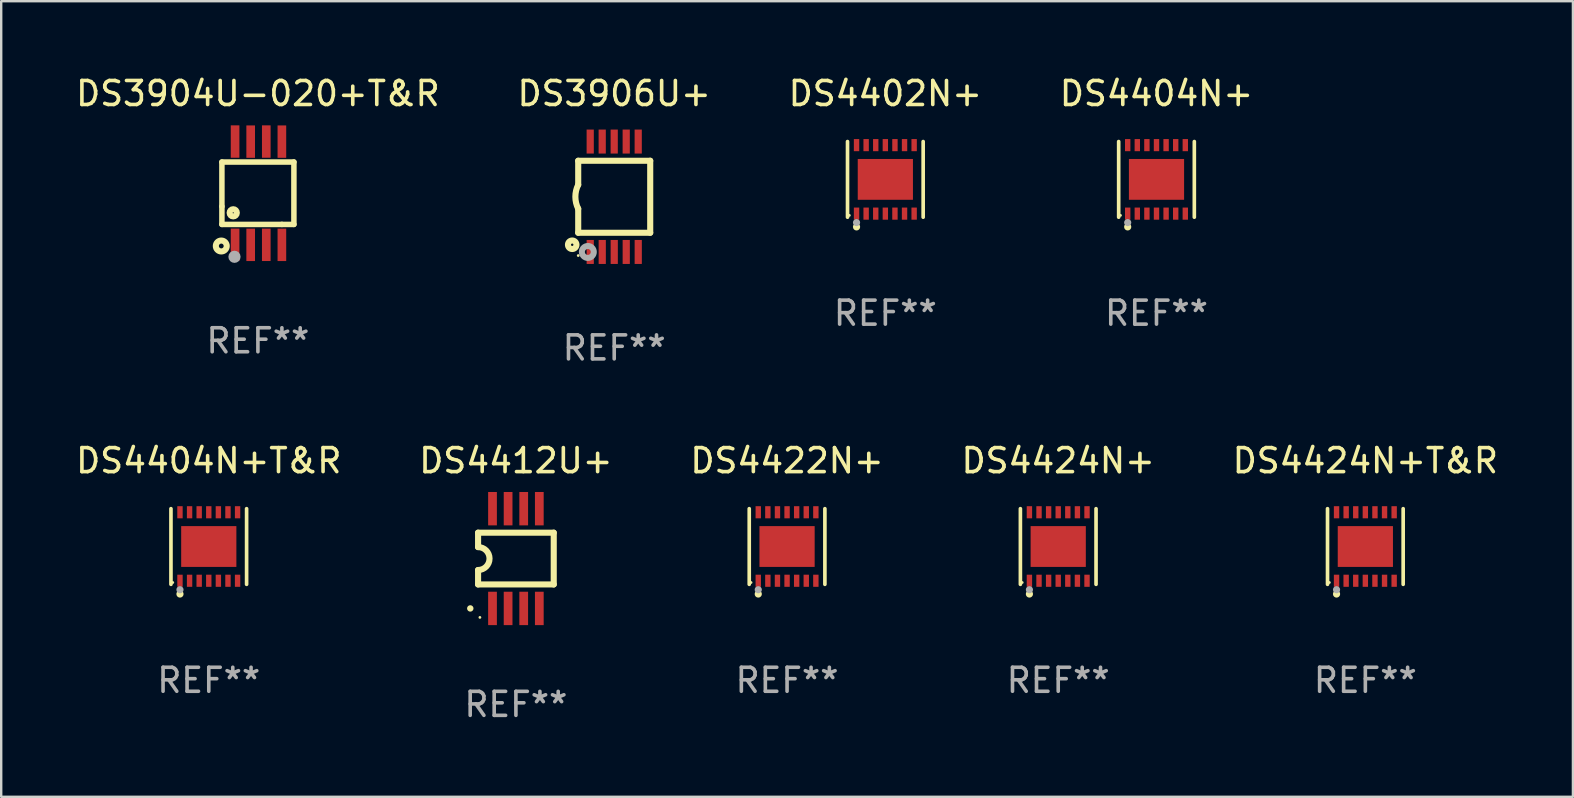
<source format=kicad_pcb>
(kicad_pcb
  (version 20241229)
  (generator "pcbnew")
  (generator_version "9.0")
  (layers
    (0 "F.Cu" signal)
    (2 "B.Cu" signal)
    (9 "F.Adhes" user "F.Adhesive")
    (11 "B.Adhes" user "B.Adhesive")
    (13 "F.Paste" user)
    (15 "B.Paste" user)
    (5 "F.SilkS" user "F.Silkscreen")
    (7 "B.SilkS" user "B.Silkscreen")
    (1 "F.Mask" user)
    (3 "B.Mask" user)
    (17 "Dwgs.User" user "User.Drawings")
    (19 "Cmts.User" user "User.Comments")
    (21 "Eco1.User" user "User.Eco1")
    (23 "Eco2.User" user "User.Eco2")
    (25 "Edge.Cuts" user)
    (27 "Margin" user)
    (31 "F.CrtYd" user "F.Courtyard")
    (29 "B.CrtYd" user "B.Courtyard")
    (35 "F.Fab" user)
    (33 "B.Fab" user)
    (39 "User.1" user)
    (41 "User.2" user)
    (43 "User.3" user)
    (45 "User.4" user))
  (footprint "DS4404N+"
    (layer "F.Cu")
    (at 45.137 4.424)
    (property "Reference" "DS4404N+" (at 0 -3.576 0) (layer "F.SilkS") (effects (font (size 1 1) (thickness 0.15))))
    (attr through_hole)
    (fp_line (start -1.576 1.576) (end -1.576 -1.576) (stroke (width 0.152) (type solid)) (layer "F.SilkS"))
    (fp_line (start 1.576 1.576) (end 1.576 -1.576) (stroke (width 0.152) (type solid)) (layer "F.SilkS"))
    (fp_circle (center -1.5 1.5) (end -1.47 1.5) (stroke (width 0.06) (type solid)) (fill no) (layer "F.SilkS"))
    (fp_circle (center -1.2 1.98) (end -1.125 1.98) (stroke (width 0.15) (type solid)) (fill no) (layer "F.SilkS"))
    (fp_circle (center -1.2 1.8) (end -1.125 1.8) (stroke (width 0.15) (type solid)) (fill no) (layer "F.Fab"))
    (fp_text user "REF**" (at 0 5.576 0) (layer "F.Fab") (effects (font (size 1 1) (thickness 0.15))))
    (pad "1" smd rect (at -1.2 1.427) (size 0.224 0.505) (layers "F.Cu" "F.Mask" "F.Paste"))
    (pad "2" smd rect (at -0.8 1.427) (size 0.224 0.505) (layers "F.Cu" "F.Mask" "F.Paste"))
    (pad "3" smd rect (at -0.4 1.427) (size 0.224 0.505) (layers "F.Cu" "F.Mask" "F.Paste"))
    (pad "4" smd rect (at 0 1.427) (size 0.224 0.505) (layers "F.Cu" "F.Mask" "F.Paste"))
    (pad "5" smd rect (at 0.4 1.427) (size 0.224 0.505) (layers "F.Cu" "F.Mask" "F.Paste"))
    (pad "6" smd rect (at 0.8 1.427) (size 0.224 0.505) (layers "F.Cu" "F.Mask" "F.Paste"))
    (pad "7" smd rect (at 1.2 1.427) (size 0.224 0.505) (layers "F.Cu" "F.Mask" "F.Paste"))
    (pad "8" smd rect (at 1.2 -1.427) (size 0.224 0.505) (layers "F.Cu" "F.Mask" "F.Paste"))
    (pad "9" smd rect (at 0.8 -1.427) (size 0.224 0.505) (layers "F.Cu" "F.Mask" "F.Paste"))
    (pad "10" smd rect (at 0.4 -1.427) (size 0.224 0.505) (layers "F.Cu" "F.Mask" "F.Paste"))
    (pad "11" smd rect (at 0 -1.427) (size 0.224 0.505) (layers "F.Cu" "F.Mask" "F.Paste"))
    (pad "12" smd rect (at -0.4 -1.427) (size 0.224 0.505) (layers "F.Cu" "F.Mask" "F.Paste"))
    (pad "13" smd rect (at -0.8 -1.427) (size 0.224 0.505) (layers "F.Cu" "F.Mask" "F.Paste"))
    (pad "14" smd rect (at -1.2 -1.427) (size 0.224 0.505) (layers "F.Cu" "F.Mask" "F.Paste"))
    (pad "15" smd rect (at 0 0) (size 2.3 1.7) (layers "F.Cu" "F.Mask" "F.Paste")))
  (footprint "DS4402N+"
    (layer "F.Cu")
    (at 33.839 4.424)
    (property "Reference" "DS4402N+" (at 0 -3.576 0) (layer "F.SilkS") (effects (font (size 1 1) (thickness 0.15))))
    (attr through_hole)
    (fp_line (start -1.576 1.576) (end -1.576 -1.576) (stroke (width 0.152) (type solid)) (layer "F.SilkS"))
    (fp_line (start 1.576 1.576) (end 1.576 -1.576) (stroke (width 0.152) (type solid)) (layer "F.SilkS"))
    (fp_circle (center -1.5 1.5) (end -1.47 1.5) (stroke (width 0.06) (type solid)) (fill no) (layer "F.SilkS"))
    (fp_circle (center -1.2 1.98) (end -1.125 1.98) (stroke (width 0.15) (type solid)) (fill no) (layer "F.SilkS"))
    (fp_circle (center -1.2 1.8) (end -1.125 1.8) (stroke (width 0.15) (type solid)) (fill no) (layer "F.Fab"))
    (fp_text user "REF**" (at 0 5.576 0) (layer "F.Fab") (effects (font (size 1 1) (thickness 0.15))))
    (pad "1" smd rect (at -1.2 1.427) (size 0.224 0.505) (layers "F.Cu" "F.Mask" "F.Paste"))
    (pad "2" smd rect (at -0.8 1.427) (size 0.224 0.505) (layers "F.Cu" "F.Mask" "F.Paste"))
    (pad "3" smd rect (at -0.4 1.427) (size 0.224 0.505) (layers "F.Cu" "F.Mask" "F.Paste"))
    (pad "4" smd rect (at 0 1.427) (size 0.224 0.505) (layers "F.Cu" "F.Mask" "F.Paste"))
    (pad "5" smd rect (at 0.4 1.427) (size 0.224 0.505) (layers "F.Cu" "F.Mask" "F.Paste"))
    (pad "6" smd rect (at 0.8 1.427) (size 0.224 0.505) (layers "F.Cu" "F.Mask" "F.Paste"))
    (pad "7" smd rect (at 1.2 1.427) (size 0.224 0.505) (layers "F.Cu" "F.Mask" "F.Paste"))
    (pad "8" smd rect (at 1.2 -1.427) (size 0.224 0.505) (layers "F.Cu" "F.Mask" "F.Paste"))
    (pad "9" smd rect (at 0.8 -1.427) (size 0.224 0.505) (layers "F.Cu" "F.Mask" "F.Paste"))
    (pad "10" smd rect (at 0.4 -1.427) (size 0.224 0.505) (layers "F.Cu" "F.Mask" "F.Paste"))
    (pad "11" smd rect (at 0 -1.427) (size 0.224 0.505) (layers "F.Cu" "F.Mask" "F.Paste"))
    (pad "12" smd rect (at -0.4 -1.427) (size 0.224 0.505) (layers "F.Cu" "F.Mask" "F.Paste"))
    (pad "13" smd rect (at -0.8 -1.427) (size 0.224 0.505) (layers "F.Cu" "F.Mask" "F.Paste"))
    (pad "14" smd rect (at -1.2 -1.427) (size 0.224 0.505) (layers "F.Cu" "F.Mask" "F.Paste"))
    (pad "15" smd rect (at 0 0) (size 2.3 1.7) (layers "F.Cu" "F.Mask" "F.Paste")))
  (footprint "DS4424N+"
    (layer "F.Cu")
    (at 41.042 19.721)
    (property "Reference" "DS4424N+" (at 0 -3.576 0) (layer "F.SilkS") (effects (font (size 1 1) (thickness 0.15))))
    (attr through_hole)
    (fp_line (start -1.576 1.576) (end -1.576 -1.576) (stroke (width 0.152) (type solid)) (layer "F.SilkS"))
    (fp_line (start 1.576 1.576) (end 1.576 -1.576) (stroke (width 0.152) (type solid)) (layer "F.SilkS"))
    (fp_circle (center -1.5 1.5) (end -1.47 1.5) (stroke (width 0.06) (type solid)) (fill no) (layer "F.SilkS"))
    (fp_circle (center -1.2 1.98) (end -1.125 1.98) (stroke (width 0.15) (type solid)) (fill no) (layer "F.SilkS"))
    (fp_circle (center -1.2 1.8) (end -1.125 1.8) (stroke (width 0.15) (type solid)) (fill no) (layer "F.Fab"))
    (fp_text user "REF**" (at 0 5.576 0) (layer "F.Fab") (effects (font (size 1 1) (thickness 0.15))))
    (pad "1" smd rect (at -1.2 1.427) (size 0.224 0.505) (layers "F.Cu" "F.Mask" "F.Paste"))
    (pad "2" smd rect (at -0.8 1.427) (size 0.224 0.505) (layers "F.Cu" "F.Mask" "F.Paste"))
    (pad "3" smd rect (at -0.4 1.427) (size 0.224 0.505) (layers "F.Cu" "F.Mask" "F.Paste"))
    (pad "4" smd rect (at 0 1.427) (size 0.224 0.505) (layers "F.Cu" "F.Mask" "F.Paste"))
    (pad "5" smd rect (at 0.4 1.427) (size 0.224 0.505) (layers "F.Cu" "F.Mask" "F.Paste"))
    (pad "6" smd rect (at 0.8 1.427) (size 0.224 0.505) (layers "F.Cu" "F.Mask" "F.Paste"))
    (pad "7" smd rect (at 1.2 1.427) (size 0.224 0.505) (layers "F.Cu" "F.Mask" "F.Paste"))
    (pad "8" smd rect (at 1.2 -1.427) (size 0.224 0.505) (layers "F.Cu" "F.Mask" "F.Paste"))
    (pad "9" smd rect (at 0.8 -1.427) (size 0.224 0.505) (layers "F.Cu" "F.Mask" "F.Paste"))
    (pad "10" smd rect (at 0.4 -1.427) (size 0.224 0.505) (layers "F.Cu" "F.Mask" "F.Paste"))
    (pad "11" smd rect (at 0 -1.427) (size 0.224 0.505) (layers "F.Cu" "F.Mask" "F.Paste"))
    (pad "12" smd rect (at -0.4 -1.427) (size 0.224 0.505) (layers "F.Cu" "F.Mask" "F.Paste"))
    (pad "13" smd rect (at -0.8 -1.427) (size 0.224 0.505) (layers "F.Cu" "F.Mask" "F.Paste"))
    (pad "14" smd rect (at -1.2 -1.427) (size 0.224 0.505) (layers "F.Cu" "F.Mask" "F.Paste"))
    (pad "15" smd rect (at 0 0) (size 2.3 1.7) (layers "F.Cu" "F.Mask" "F.Paste")))
  (footprint "DS4404N+T&R"
    (layer "F.Cu")
    (at 5.649 19.721)
    (property "Reference" "DS4404N+T&R" (at 0 -3.576 0) (layer "F.SilkS") (effects (font (size 1 1) (thickness 0.15))))
    (attr through_hole)
    (fp_line (start -1.576 1.576) (end -1.576 -1.576) (stroke (width 0.152) (type solid)) (layer "F.SilkS"))
    (fp_line (start 1.576 1.576) (end 1.576 -1.576) (stroke (width 0.152) (type solid)) (layer "F.SilkS"))
    (fp_circle (center -1.5 1.5) (end -1.47 1.5) (stroke (width 0.06) (type solid)) (fill no) (layer "F.SilkS"))
    (fp_circle (center -1.2 1.98) (end -1.125 1.98) (stroke (width 0.15) (type solid)) (fill no) (layer "F.SilkS"))
    (fp_circle (center -1.2 1.8) (end -1.125 1.8) (stroke (width 0.15) (type solid)) (fill no) (layer "F.Fab"))
    (fp_text user "REF**" (at 0 5.576 0) (layer "F.Fab") (effects (font (size 1 1) (thickness 0.15))))
    (pad "1" smd rect (at -1.2 1.427) (size 0.224 0.505) (layers "F.Cu" "F.Mask" "F.Paste"))
    (pad "2" smd rect (at -0.8 1.427) (size 0.224 0.505) (layers "F.Cu" "F.Mask" "F.Paste"))
    (pad "3" smd rect (at -0.4 1.427) (size 0.224 0.505) (layers "F.Cu" "F.Mask" "F.Paste"))
    (pad "4" smd rect (at 0 1.427) (size 0.224 0.505) (layers "F.Cu" "F.Mask" "F.Paste"))
    (pad "5" smd rect (at 0.4 1.427) (size 0.224 0.505) (layers "F.Cu" "F.Mask" "F.Paste"))
    (pad "6" smd rect (at 0.8 1.427) (size 0.224 0.505) (layers "F.Cu" "F.Mask" "F.Paste"))
    (pad "7" smd rect (at 1.2 1.427) (size 0.224 0.505) (layers "F.Cu" "F.Mask" "F.Paste"))
    (pad "8" smd rect (at 1.2 -1.427) (size 0.224 0.505) (layers "F.Cu" "F.Mask" "F.Paste"))
    (pad "9" smd rect (at 0.8 -1.427) (size 0.224 0.505) (layers "F.Cu" "F.Mask" "F.Paste"))
    (pad "10" smd rect (at 0.4 -1.427) (size 0.224 0.505) (layers "F.Cu" "F.Mask" "F.Paste"))
    (pad "11" smd rect (at 0 -1.427) (size 0.224 0.505) (layers "F.Cu" "F.Mask" "F.Paste"))
    (pad "12" smd rect (at -0.4 -1.427) (size 0.224 0.505) (layers "F.Cu" "F.Mask" "F.Paste"))
    (pad "13" smd rect (at -0.8 -1.427) (size 0.224 0.505) (layers "F.Cu" "F.Mask" "F.Paste"))
    (pad "14" smd rect (at -1.2 -1.427) (size 0.224 0.505) (layers "F.Cu" "F.Mask" "F.Paste"))
    (pad "15" smd rect (at 0 0) (size 2.3 1.7) (layers "F.Cu" "F.Mask" "F.Paste")))
  (footprint "DS3904U-020+T&R"
    (layer "F.Cu")
    (at 7.696 5)
    (property "Reference" "DS3904U-020+T&R" (at 0 -4.152 0) (layer "F.SilkS") (effects (font (size 1 1) (thickness 0.15))))
    (attr through_hole)
    (fp_line (start -1.5 1.301) (end 1 1.301) (stroke (width 0.229) (type solid)) (layer "F.SilkS"))
    (fp_line (start -1.5 -1.299) (end -1.5 0.551) (stroke (width 0.229) (type solid)) (layer "F.SilkS"))
    (fp_line (start -1.5 0.551) (end -1.5 1.301) (stroke (width 0.229) (type solid)) (layer "F.SilkS"))
    (fp_line (start 1 1.301) (end 1.5 1.301) (stroke (width 0.229) (type solid)) (layer "F.SilkS"))
    (fp_line (start 1.5 1.301) (end 1.5 -1.299) (stroke (width 0.229) (type solid)) (layer "F.SilkS"))
    (fp_line (start 1.5 -1.299) (end -1.5 -1.299) (stroke (width 0.229) (type solid)) (layer "F.SilkS"))
    (fp_circle (center -1.526 2.2) (end -1.426 2.2) (stroke (width 0.254) (type solid)) (fill no) (layer "F.SilkS"))
    (fp_circle (center -1.476 2.45) (end -1.446 2.45) (stroke (width 0.06) (type solid)) (fill no) (layer "F.SilkS"))
    (fp_circle (center -1.028 0.817) (end -0.878 0.817) (stroke (width 0.254) (type solid)) (fill no) (layer "F.SilkS"))
    (fp_circle (center -0.976 2.65) (end -0.849 2.65) (stroke (width 0.254) (type solid)) (fill no) (layer "F.Fab"))
    (fp_text user "REF**" (at 0 6.152 0) (layer "F.Fab") (effects (font (size 1 1) (thickness 0.15))))
    (pad "1" smd rect (at -0.951 2.15) (size 0.36 1.35) (layers "F.Cu" "F.Mask" "F.Paste"))
    (pad "2" smd rect (at -0.301 2.152) (size 0.36 1.35) (layers "F.Cu" "F.Mask" "F.Paste"))
    (pad "3" smd rect (at 0.349 2.151) (size 0.36 1.35) (layers "F.Cu" "F.Mask" "F.Paste"))
    (pad "4" smd rect (at 0.999 2.152) (size 0.36 1.35) (layers "F.Cu" "F.Mask" "F.Paste"))
    (pad "5" smd rect (at 0.999 -2.149) (size 0.36 1.35) (layers "F.Cu" "F.Mask" "F.Paste"))
    (pad "6" smd rect (at 0.349 -2.152) (size 0.36 1.35) (layers "F.Cu" "F.Mask" "F.Paste"))
    (pad "7" smd rect (at -0.301 -2.149) (size 0.36 1.35) (layers "F.Cu" "F.Mask" "F.Paste"))
    (pad "8" smd rect (at -0.951 -2.152) (size 0.36 1.35) (layers "F.Cu" "F.Mask" "F.Paste")))
  (footprint "DS3906U+"
    (layer "F.Cu")
    (at 22.542 5.148)
    (property "Reference" "DS3906U+" (at 0 -4.3 0) (layer "F.SilkS") (effects (font (size 1 1) (thickness 0.15))))
    (attr through_hole)
    (fp_line (start -1.5 -1.5) (end -1.5 -0.5) (stroke (width 0.254) (type solid)) (layer "F.SilkS"))
    (fp_line (start -1.5 1.5) (end -1.5 0.5) (stroke (width 0.254) (type solid)) (layer "F.SilkS"))
    (fp_line (start -1.5 1.5) (end 1.5 1.5) (stroke (width 0.254) (type solid)) (layer "F.SilkS"))
    (fp_line (start 1.5 1.5) (end 1.5 -1.5) (stroke (width 0.254) (type solid)) (layer "F.SilkS"))
    (fp_line (start 1.5 -1.5) (end -1.5 -1.5) (stroke (width 0.254) (type solid)) (layer "F.SilkS"))
    (fp_arc (start -1.500165 0.5) (mid -1.618199 0) (end -1.500165 -0.5) (stroke (width 0.254001) (type solid)) (layer "F.SilkS"))
    (fp_circle (center -1.75 2) (end -1.573 2) (stroke (width 0.254) (type solid)) (fill no) (layer "F.SilkS"))
    (fp_circle (center -1.499 2.45) (end -1.469 2.45) (stroke (width 0.06) (type solid)) (fill no) (layer "F.SilkS"))
    (fp_circle (center -1.099 2.3) (end -0.975 2.3) (stroke (width 0.25) (type solid)) (fill no) (layer "F.Fab"))
    (fp_text user "REF**" (at 0 6.3 0) (layer "F.Fab") (effects (font (size 1 1) (thickness 0.15))))
    (pad "1" smd rect (at -0.999 2.3 180) (size 0.3 1) (layers "F.Cu" "F.Mask" "F.Paste"))
    (pad "2" smd rect (at -0.499 2.3 180) (size 0.3 1) (layers "F.Cu" "F.Mask" "F.Paste"))
    (pad "3" smd rect (at 0.001 2.3 180) (size 0.3 1) (layers "F.Cu" "F.Mask" "F.Paste"))
    (pad "4" smd rect (at 0.501 2.3 180) (size 0.3 1) (layers "F.Cu" "F.Mask" "F.Paste"))
    (pad "5" smd rect (at 1.001 2.3 180) (size 0.3 1) (layers "F.Cu" "F.Mask" "F.Paste"))
    (pad "6" smd rect (at 1 -2.3 180) (size 0.3 1) (layers "F.Cu" "F.Mask" "F.Paste"))
    (pad "7" smd rect (at 0.5 -2.3 180) (size 0.3 1) (layers "F.Cu" "F.Mask" "F.Paste"))
    (pad "8" smd rect (at -0.000165 -2.3 180) (size 0.3 1) (layers "F.Cu" "F.Mask" "F.Paste"))
    (pad "9" smd rect (at -0.5 -2.3 180) (size 0.3 1) (layers "F.Cu" "F.Mask" "F.Paste"))
    (pad "10" smd rect (at -1 -2.3 180) (size 0.3 1) (layers "F.Cu" "F.Mask" "F.Paste")))
  (footprint "DS4424N+T&R"
    (layer "F.Cu")
    (at 53.839 19.721)
    (property "Reference" "DS4424N+T&R" (at 0 -3.576 0) (layer "F.SilkS") (effects (font (size 1 1) (thickness 0.15))))
    (attr through_hole)
    (fp_line (start -1.576 1.576) (end -1.576 -1.576) (stroke (width 0.152) (type solid)) (layer "F.SilkS"))
    (fp_line (start 1.576 1.576) (end 1.576 -1.576) (stroke (width 0.152) (type solid)) (layer "F.SilkS"))
    (fp_circle (center -1.5 1.5) (end -1.47 1.5) (stroke (width 0.06) (type solid)) (fill no) (layer "F.SilkS"))
    (fp_circle (center -1.2 1.98) (end -1.125 1.98) (stroke (width 0.15) (type solid)) (fill no) (layer "F.SilkS"))
    (fp_circle (center -1.2 1.8) (end -1.125 1.8) (stroke (width 0.15) (type solid)) (fill no) (layer "F.Fab"))
    (fp_text user "REF**" (at 0 5.576 0) (layer "F.Fab") (effects (font (size 1 1) (thickness 0.15))))
    (pad "1" smd rect (at -1.2 1.427) (size 0.224 0.505) (layers "F.Cu" "F.Mask" "F.Paste"))
    (pad "2" smd rect (at -0.8 1.427) (size 0.224 0.505) (layers "F.Cu" "F.Mask" "F.Paste"))
    (pad "3" smd rect (at -0.4 1.427) (size 0.224 0.505) (layers "F.Cu" "F.Mask" "F.Paste"))
    (pad "4" smd rect (at 0 1.427) (size 0.224 0.505) (layers "F.Cu" "F.Mask" "F.Paste"))
    (pad "5" smd rect (at 0.4 1.427) (size 0.224 0.505) (layers "F.Cu" "F.Mask" "F.Paste"))
    (pad "6" smd rect (at 0.8 1.427) (size 0.224 0.505) (layers "F.Cu" "F.Mask" "F.Paste"))
    (pad "7" smd rect (at 1.2 1.427) (size 0.224 0.505) (layers "F.Cu" "F.Mask" "F.Paste"))
    (pad "8" smd rect (at 1.2 -1.427) (size 0.224 0.505) (layers "F.Cu" "F.Mask" "F.Paste"))
    (pad "9" smd rect (at 0.8 -1.427) (size 0.224 0.505) (layers "F.Cu" "F.Mask" "F.Paste"))
    (pad "10" smd rect (at 0.4 -1.427) (size 0.224 0.505) (layers "F.Cu" "F.Mask" "F.Paste"))
    (pad "11" smd rect (at 0 -1.427) (size 0.224 0.505) (layers "F.Cu" "F.Mask" "F.Paste"))
    (pad "12" smd rect (at -0.4 -1.427) (size 0.224 0.505) (layers "F.Cu" "F.Mask" "F.Paste"))
    (pad "13" smd rect (at -0.8 -1.427) (size 0.224 0.505) (layers "F.Cu" "F.Mask" "F.Paste"))
    (pad "14" smd rect (at -1.2 -1.427) (size 0.224 0.505) (layers "F.Cu" "F.Mask" "F.Paste"))
    (pad "15" smd rect (at 0 0) (size 2.3 1.7) (layers "F.Cu" "F.Mask" "F.Paste")))
  (footprint "DS4412U+"
    (layer "F.Cu")
    (at 18.446 20.223)
    (property "Reference" "DS4412U+" (at 0 -4.078 0) (layer "F.SilkS") (effects (font (size 1 1) (thickness 0.15))))
    (attr through_hole)
    (fp_line (start -1.576 -1.078) (end -1.576 -0.478) (stroke (width 0.254) (type solid)) (layer "F.SilkS"))
    (fp_line (start -1.576 -1.078) (end 1.576 -1.078) (stroke (width 0.254) (type solid)) (layer "F.SilkS"))
    (fp_line (start -1.576 1.078) (end -1.576 0.478) (stroke (width 0.254) (type solid)) (layer "F.SilkS"))
    (fp_line (start 1.576 -1.078) (end 1.576 1.078) (stroke (width 0.254) (type solid)) (layer "F.SilkS"))
    (fp_line (start 1.576 1.078) (end -1.576 1.078) (stroke (width 0.254) (type solid)) (layer "F.SilkS"))
    (fp_arc (start -1.577343 -0.47752) (mid -1.099721 -0.000481) (end -1.5762 0.477699) (stroke (width 0.254001) (type solid)) (layer "F.SilkS"))
    (fp_circle (center -1.901 2.078) (end -1.834 2.078) (stroke (width 0.134) (type solid)) (fill no) (layer "F.SilkS"))
    (fp_circle (center -1.5 2.452) (end -1.47 2.452) (stroke (width 0.06) (type solid)) (fill no) (layer "F.SilkS"))
    (fp_text user "REF**" (at 0 6.078 0) (layer "F.Fab") (effects (font (size 1 1) (thickness 0.15))))
    (pad "1" smd rect (at -0.975 2.078) (size 0.364 1.391) (layers "F.Cu" "F.Mask" "F.Paste"))
    (pad "2" smd rect (at -0.325 2.078) (size 0.364 1.391) (layers "F.Cu" "F.Mask" "F.Paste"))
    (pad "3" smd rect (at 0.325 2.078) (size 0.364 1.391) (layers "F.Cu" "F.Mask" "F.Paste"))
    (pad "4" smd rect (at 0.975 2.078) (size 0.364 1.391) (layers "F.Cu" "F.Mask" "F.Paste"))
    (pad "5" smd rect (at 0.975 -2.078) (size 0.364 1.391) (layers "F.Cu" "F.Mask" "F.Paste"))
    (pad "6" smd rect (at 0.325 -2.078) (size 0.364 1.391) (layers "F.Cu" "F.Mask" "F.Paste"))
    (pad "7" smd rect (at -0.325 -2.078) (size 0.364 1.391) (layers "F.Cu" "F.Mask" "F.Paste"))
    (pad "8" smd rect (at -0.975 -2.078) (size 0.364 1.391) (layers "F.Cu" "F.Mask" "F.Paste")))
  (footprint "DS4422N+"
    (layer "F.Cu")
    (at 29.744 19.721)
    (property "Reference" "DS4422N+" (at 0 -3.576 0) (layer "F.SilkS") (effects (font (size 1 1) (thickness 0.15))))
    (attr through_hole)
    (fp_line (start -1.576 1.576) (end -1.576 -1.576) (stroke (width 0.152) (type solid)) (layer "F.SilkS"))
    (fp_line (start 1.576 1.576) (end 1.576 -1.576) (stroke (width 0.152) (type solid)) (layer "F.SilkS"))
    (fp_circle (center -1.5 1.5) (end -1.47 1.5) (stroke (width 0.06) (type solid)) (fill no) (layer "F.SilkS"))
    (fp_circle (center -1.2 1.98) (end -1.125 1.98) (stroke (width 0.15) (type solid)) (fill no) (layer "F.SilkS"))
    (fp_circle (center -1.2 1.8) (end -1.125 1.8) (stroke (width 0.15) (type solid)) (fill no) (layer "F.Fab"))
    (fp_text user "REF**" (at 0 5.576 0) (layer "F.Fab") (effects (font (size 1 1) (thickness 0.15))))
    (pad "1" smd rect (at -1.2 1.427) (size 0.224 0.505) (layers "F.Cu" "F.Mask" "F.Paste"))
    (pad "2" smd rect (at -0.8 1.427) (size 0.224 0.505) (layers "F.Cu" "F.Mask" "F.Paste"))
    (pad "3" smd rect (at -0.4 1.427) (size 0.224 0.505) (layers "F.Cu" "F.Mask" "F.Paste"))
    (pad "4" smd rect (at 0 1.427) (size 0.224 0.505) (layers "F.Cu" "F.Mask" "F.Paste"))
    (pad "5" smd rect (at 0.4 1.427) (size 0.224 0.505) (layers "F.Cu" "F.Mask" "F.Paste"))
    (pad "6" smd rect (at 0.8 1.427) (size 0.224 0.505) (layers "F.Cu" "F.Mask" "F.Paste"))
    (pad "7" smd rect (at 1.2 1.427) (size 0.224 0.505) (layers "F.Cu" "F.Mask" "F.Paste"))
    (pad "8" smd rect (at 1.2 -1.427) (size 0.224 0.505) (layers "F.Cu" "F.Mask" "F.Paste"))
    (pad "9" smd rect (at 0.8 -1.427) (size 0.224 0.505) (layers "F.Cu" "F.Mask" "F.Paste"))
    (pad "10" smd rect (at 0.4 -1.427) (size 0.224 0.505) (layers "F.Cu" "F.Mask" "F.Paste"))
    (pad "11" smd rect (at 0 -1.427) (size 0.224 0.505) (layers "F.Cu" "F.Mask" "F.Paste"))
    (pad "12" smd rect (at -0.4 -1.427) (size 0.224 0.505) (layers "F.Cu" "F.Mask" "F.Paste"))
    (pad "13" smd rect (at -0.8 -1.427) (size 0.224 0.505) (layers "F.Cu" "F.Mask" "F.Paste"))
    (pad "14" smd rect (at -1.2 -1.427) (size 0.224 0.505) (layers "F.Cu" "F.Mask" "F.Paste"))
    (pad "15" smd rect (at 0 0) (size 2.3 1.7) (layers "F.Cu" "F.Mask" "F.Paste")))
  (gr_rect
    (start -3 -3)
    (end 62.488 30.149)
    (stroke (width 0.1) (type default))
    (fill no)
    (layer "Edge.Cuts")))
</source>
